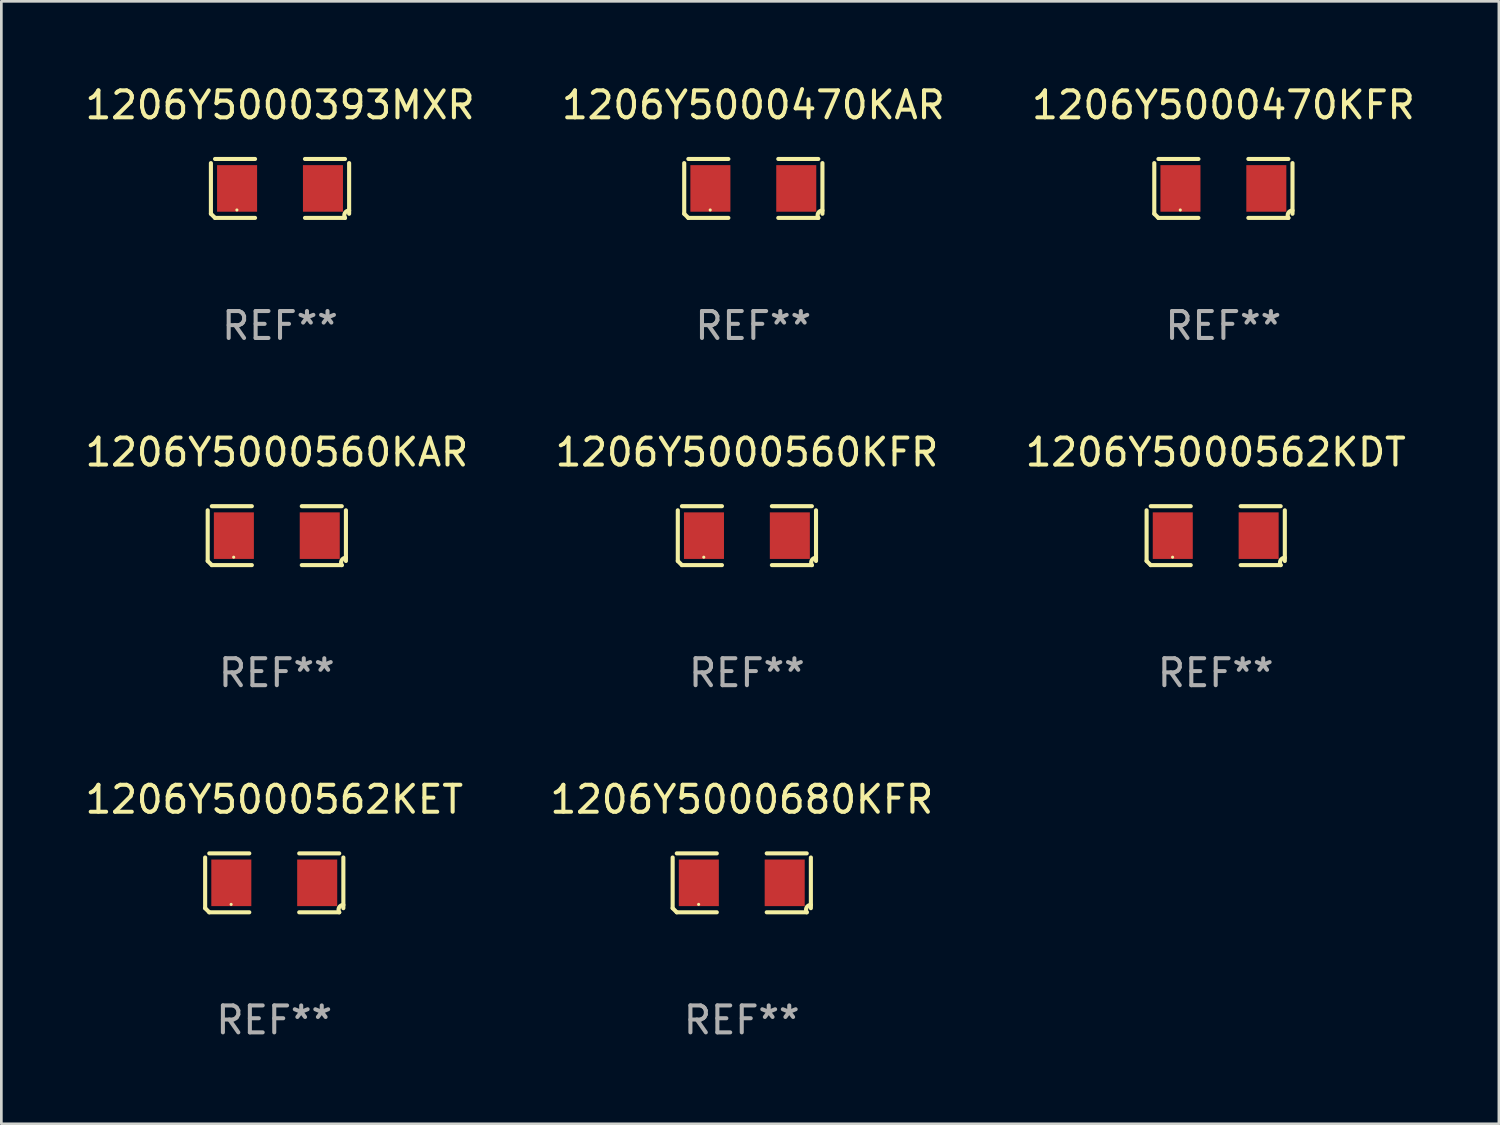
<source format=kicad_pcb>
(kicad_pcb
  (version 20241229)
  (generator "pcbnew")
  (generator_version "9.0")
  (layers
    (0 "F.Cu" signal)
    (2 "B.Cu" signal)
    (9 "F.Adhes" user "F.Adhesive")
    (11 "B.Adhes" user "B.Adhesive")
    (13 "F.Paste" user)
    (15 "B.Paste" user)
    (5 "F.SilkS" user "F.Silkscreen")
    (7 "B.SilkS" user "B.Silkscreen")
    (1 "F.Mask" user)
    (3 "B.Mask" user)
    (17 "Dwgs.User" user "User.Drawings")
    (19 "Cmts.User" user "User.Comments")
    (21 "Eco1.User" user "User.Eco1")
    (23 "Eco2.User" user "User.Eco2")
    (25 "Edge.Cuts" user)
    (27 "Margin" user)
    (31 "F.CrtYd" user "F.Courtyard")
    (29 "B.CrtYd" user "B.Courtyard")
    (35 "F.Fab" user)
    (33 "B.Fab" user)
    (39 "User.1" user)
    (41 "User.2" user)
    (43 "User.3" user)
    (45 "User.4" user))
  (footprint "1206Y5000560KFR"
    (layer "F.Cu")
    (at 24.661 16.823)
    (property "Reference" "1206Y5000560KFR" (at 0 -3.093 0) (layer "F.SilkS") (effects (font (size 1 1) (thickness 0.15))))
    (attr through_hole)
    (fp_line (start -2.564 0.94) (end -2.564 -0.94) (stroke (width 0.152) (type solid)) (layer "F.SilkS"))
    (fp_line (start -2.411 -1.093) (end -0.926 -1.093) (stroke (width 0.152) (type solid)) (layer "F.SilkS"))
    (fp_line (start -0.926 1.093) (end -2.411 1.093) (stroke (width 0.152) (type solid)) (layer "F.SilkS"))
    (fp_line (start 0.926 1.093) (end 2.411 1.093) (stroke (width 0.152) (type solid)) (layer "F.SilkS"))
    (fp_line (start 2.411 -1.093) (end 0.926 -1.093) (stroke (width 0.152) (type solid)) (layer "F.SilkS"))
    (fp_line (start 2.564 0.94) (end 2.564 -0.94) (stroke (width 0.152) (type solid)) (layer "F.SilkS"))
    (fp_arc (start -2.411201 1.092609) (mid -2.487413 1.01642) (end -2.563602 0.940208) (stroke (width 0.1524) (type solid)) (layer "F.SilkS"))
    (fp_arc (start 2.411201 1.092609) (mid 2.407159 0.911226) (end 2.563602 0.819347) (stroke (width 0.1524) (type solid)) (layer "F.SilkS"))
    (fp_circle (center -1.6 0.8) (end -1.57 0.8) (stroke (width 0.06) (type solid)) (fill no) (layer "F.SilkS"))
    (fp_text user "REF**" (at 0 5.093 0) (layer "F.Fab") (effects (font (size 1 1) (thickness 0.15))))
    (pad "1" smd rect (at -1.593 0) (size 1.485 1.728) (layers "F.Cu" "F.Mask" "F.Paste"))
    (pad "2" smd rect (at 1.593 0) (size 1.485 1.728) (layers "F.Cu" "F.Mask" "F.Paste")))
  (footprint "1206Y5000470KFR"
    (layer "F.Cu")
    (at 42.339 3.941)
    (property "Reference" "1206Y5000470KFR" (at 0 -3.093 0) (layer "F.SilkS") (effects (font (size 1 1) (thickness 0.15))))
    (attr through_hole)
    (fp_line (start -2.564 0.94) (end -2.564 -0.94) (stroke (width 0.152) (type solid)) (layer "F.SilkS"))
    (fp_line (start -2.411 -1.093) (end -0.926 -1.093) (stroke (width 0.152) (type solid)) (layer "F.SilkS"))
    (fp_line (start -0.926 1.093) (end -2.411 1.093) (stroke (width 0.152) (type solid)) (layer "F.SilkS"))
    (fp_line (start 0.926 1.093) (end 2.411 1.093) (stroke (width 0.152) (type solid)) (layer "F.SilkS"))
    (fp_line (start 2.411 -1.093) (end 0.926 -1.093) (stroke (width 0.152) (type solid)) (layer "F.SilkS"))
    (fp_line (start 2.564 0.94) (end 2.564 -0.94) (stroke (width 0.152) (type solid)) (layer "F.SilkS"))
    (fp_arc (start -2.411201 1.092609) (mid -2.487413 1.01642) (end -2.563602 0.940208) (stroke (width 0.1524) (type solid)) (layer "F.SilkS"))
    (fp_arc (start 2.411201 1.092609) (mid 2.407159 0.911226) (end 2.563602 0.819347) (stroke (width 0.1524) (type solid)) (layer "F.SilkS"))
    (fp_circle (center -1.6 0.8) (end -1.57 0.8) (stroke (width 0.06) (type solid)) (fill no) (layer "F.SilkS"))
    (fp_text user "REF**" (at 0 5.093 0) (layer "F.Fab") (effects (font (size 1 1) (thickness 0.15))))
    (pad "1" smd rect (at -1.593 0) (size 1.485 1.728) (layers "F.Cu" "F.Mask" "F.Paste"))
    (pad "2" smd rect (at 1.593 0) (size 1.485 1.728) (layers "F.Cu" "F.Mask" "F.Paste")))
  (footprint "1206Y5000562KDT"
    (layer "F.Cu")
    (at 42.054 16.823)
    (property "Reference" "1206Y5000562KDT" (at 0 -3.093 0) (layer "F.SilkS") (effects (font (size 1 1) (thickness 0.15))))
    (attr through_hole)
    (fp_line (start -2.564 0.94) (end -2.564 -0.94) (stroke (width 0.152) (type solid)) (layer "F.SilkS"))
    (fp_line (start -2.411 -1.093) (end -0.926 -1.093) (stroke (width 0.152) (type solid)) (layer "F.SilkS"))
    (fp_line (start -0.926 1.093) (end -2.411 1.093) (stroke (width 0.152) (type solid)) (layer "F.SilkS"))
    (fp_line (start 0.926 1.093) (end 2.411 1.093) (stroke (width 0.152) (type solid)) (layer "F.SilkS"))
    (fp_line (start 2.411 -1.093) (end 0.926 -1.093) (stroke (width 0.152) (type solid)) (layer "F.SilkS"))
    (fp_line (start 2.564 0.94) (end 2.564 -0.94) (stroke (width 0.152) (type solid)) (layer "F.SilkS"))
    (fp_arc (start -2.411201 1.092609) (mid -2.487413 1.01642) (end -2.563602 0.940208) (stroke (width 0.1524) (type solid)) (layer "F.SilkS"))
    (fp_arc (start 2.411201 1.092609) (mid 2.407159 0.911226) (end 2.563602 0.819347) (stroke (width 0.1524) (type solid)) (layer "F.SilkS"))
    (fp_circle (center -1.6 0.8) (end -1.57 0.8) (stroke (width 0.06) (type solid)) (fill no) (layer "F.SilkS"))
    (fp_text user "REF**" (at 0 5.093 0) (layer "F.Fab") (effects (font (size 1 1) (thickness 0.15))))
    (pad "1" smd rect (at -1.593 0) (size 1.485 1.728) (layers "F.Cu" "F.Mask" "F.Paste"))
    (pad "2" smd rect (at 1.593 0) (size 1.485 1.728) (layers "F.Cu" "F.Mask" "F.Paste")))
  (footprint "1206Y5000560KAR"
    (layer "F.Cu")
    (at 7.22 16.823)
    (property "Reference" "1206Y5000560KAR" (at 0 -3.093 0) (layer "F.SilkS") (effects (font (size 1 1) (thickness 0.15))))
    (attr through_hole)
    (fp_line (start -2.564 0.94) (end -2.564 -0.94) (stroke (width 0.152) (type solid)) (layer "F.SilkS"))
    (fp_line (start -2.411 -1.093) (end -0.926 -1.093) (stroke (width 0.152) (type solid)) (layer "F.SilkS"))
    (fp_line (start -0.926 1.093) (end -2.411 1.093) (stroke (width 0.152) (type solid)) (layer "F.SilkS"))
    (fp_line (start 0.926 1.093) (end 2.411 1.093) (stroke (width 0.152) (type solid)) (layer "F.SilkS"))
    (fp_line (start 2.411 -1.093) (end 0.926 -1.093) (stroke (width 0.152) (type solid)) (layer "F.SilkS"))
    (fp_line (start 2.564 0.94) (end 2.564 -0.94) (stroke (width 0.152) (type solid)) (layer "F.SilkS"))
    (fp_arc (start -2.411201 1.092609) (mid -2.487413 1.01642) (end -2.563602 0.940208) (stroke (width 0.1524) (type solid)) (layer "F.SilkS"))
    (fp_arc (start 2.411201 1.092609) (mid 2.407159 0.911226) (end 2.563602 0.819347) (stroke (width 0.1524) (type solid)) (layer "F.SilkS"))
    (fp_circle (center -1.6 0.8) (end -1.57 0.8) (stroke (width 0.06) (type solid)) (fill no) (layer "F.SilkS"))
    (fp_text user "REF**" (at 0 5.093 0) (layer "F.Fab") (effects (font (size 1 1) (thickness 0.15))))
    (pad "1" smd rect (at -1.593 0) (size 1.485 1.728) (layers "F.Cu" "F.Mask" "F.Paste"))
    (pad "2" smd rect (at 1.593 0) (size 1.485 1.728) (layers "F.Cu" "F.Mask" "F.Paste")))
  (footprint "1206Y5000680KFR"
    (layer "F.Cu")
    (at 24.47 29.704)
    (property "Reference" "1206Y5000680KFR" (at 0 -3.093 0) (layer "F.SilkS") (effects (font (size 1 1) (thickness 0.15))))
    (attr through_hole)
    (fp_line (start -2.564 0.94) (end -2.564 -0.94) (stroke (width 0.152) (type solid)) (layer "F.SilkS"))
    (fp_line (start -2.411 -1.093) (end -0.926 -1.093) (stroke (width 0.152) (type solid)) (layer "F.SilkS"))
    (fp_line (start -0.926 1.093) (end -2.411 1.093) (stroke (width 0.152) (type solid)) (layer "F.SilkS"))
    (fp_line (start 0.926 1.093) (end 2.411 1.093) (stroke (width 0.152) (type solid)) (layer "F.SilkS"))
    (fp_line (start 2.411 -1.093) (end 0.926 -1.093) (stroke (width 0.152) (type solid)) (layer "F.SilkS"))
    (fp_line (start 2.564 0.94) (end 2.564 -0.94) (stroke (width 0.152) (type solid)) (layer "F.SilkS"))
    (fp_arc (start -2.411201 1.092609) (mid -2.487413 1.01642) (end -2.563602 0.940208) (stroke (width 0.1524) (type solid)) (layer "F.SilkS"))
    (fp_arc (start 2.411201 1.092609) (mid 2.407159 0.911226) (end 2.563602 0.819347) (stroke (width 0.1524) (type solid)) (layer "F.SilkS"))
    (fp_circle (center -1.6 0.8) (end -1.57 0.8) (stroke (width 0.06) (type solid)) (fill no) (layer "F.SilkS"))
    (fp_text user "REF**" (at 0 5.093 0) (layer "F.Fab") (effects (font (size 1 1) (thickness 0.15))))
    (pad "1" smd rect (at -1.593 0) (size 1.485 1.728) (layers "F.Cu" "F.Mask" "F.Paste"))
    (pad "2" smd rect (at 1.593 0) (size 1.485 1.728) (layers "F.Cu" "F.Mask" "F.Paste")))
  (footprint "1206Y5000470KAR"
    (layer "F.Cu")
    (at 24.899 3.941)
    (property "Reference" "1206Y5000470KAR" (at 0 -3.093 0) (layer "F.SilkS") (effects (font (size 1 1) (thickness 0.15))))
    (attr through_hole)
    (fp_line (start -2.564 0.94) (end -2.564 -0.94) (stroke (width 0.152) (type solid)) (layer "F.SilkS"))
    (fp_line (start -2.411 -1.093) (end -0.926 -1.093) (stroke (width 0.152) (type solid)) (layer "F.SilkS"))
    (fp_line (start -0.926 1.093) (end -2.411 1.093) (stroke (width 0.152) (type solid)) (layer "F.SilkS"))
    (fp_line (start 0.926 1.093) (end 2.411 1.093) (stroke (width 0.152) (type solid)) (layer "F.SilkS"))
    (fp_line (start 2.411 -1.093) (end 0.926 -1.093) (stroke (width 0.152) (type solid)) (layer "F.SilkS"))
    (fp_line (start 2.564 0.94) (end 2.564 -0.94) (stroke (width 0.152) (type solid)) (layer "F.SilkS"))
    (fp_arc (start -2.411201 1.092609) (mid -2.487413 1.01642) (end -2.563602 0.940208) (stroke (width 0.1524) (type solid)) (layer "F.SilkS"))
    (fp_arc (start 2.411201 1.092609) (mid 2.407159 0.911226) (end 2.563602 0.819347) (stroke (width 0.1524) (type solid)) (layer "F.SilkS"))
    (fp_circle (center -1.6 0.8) (end -1.57 0.8) (stroke (width 0.06) (type solid)) (fill no) (layer "F.SilkS"))
    (fp_text user "REF**" (at 0 5.093 0) (layer "F.Fab") (effects (font (size 1 1) (thickness 0.15))))
    (pad "1" smd rect (at -1.593 0) (size 1.485 1.728) (layers "F.Cu" "F.Mask" "F.Paste"))
    (pad "2" smd rect (at 1.593 0) (size 1.485 1.728) (layers "F.Cu" "F.Mask" "F.Paste")))
  (footprint "1206Y5000393MXR"
    (layer "F.Cu")
    (at 7.339 3.941)
    (property "Reference" "1206Y5000393MXR" (at 0 -3.093 0) (layer "F.SilkS") (effects (font (size 1 1) (thickness 0.15))))
    (attr through_hole)
    (fp_line (start -2.564 0.94) (end -2.564 -0.94) (stroke (width 0.152) (type solid)) (layer "F.SilkS"))
    (fp_line (start -2.411 -1.093) (end -0.926 -1.093) (stroke (width 0.152) (type solid)) (layer "F.SilkS"))
    (fp_line (start -0.926 1.093) (end -2.411 1.093) (stroke (width 0.152) (type solid)) (layer "F.SilkS"))
    (fp_line (start 0.926 1.093) (end 2.411 1.093) (stroke (width 0.152) (type solid)) (layer "F.SilkS"))
    (fp_line (start 2.411 -1.093) (end 0.926 -1.093) (stroke (width 0.152) (type solid)) (layer "F.SilkS"))
    (fp_line (start 2.564 0.94) (end 2.564 -0.94) (stroke (width 0.152) (type solid)) (layer "F.SilkS"))
    (fp_arc (start -2.411201 1.092609) (mid -2.487413 1.01642) (end -2.563602 0.940208) (stroke (width 0.1524) (type solid)) (layer "F.SilkS"))
    (fp_arc (start 2.411201 1.092609) (mid 2.407159 0.911226) (end 2.563602 0.819347) (stroke (width 0.1524) (type solid)) (layer "F.SilkS"))
    (fp_circle (center -1.6 0.8) (end -1.57 0.8) (stroke (width 0.06) (type solid)) (fill no) (layer "F.SilkS"))
    (fp_text user "REF**" (at 0 5.093 0) (layer "F.Fab") (effects (font (size 1 1) (thickness 0.15))))
    (pad "1" smd rect (at -1.593 0) (size 1.485 1.728) (layers "F.Cu" "F.Mask" "F.Paste"))
    (pad "2" smd rect (at 1.593 0) (size 1.485 1.728) (layers "F.Cu" "F.Mask" "F.Paste")))
  (footprint "1206Y5000562KET"
    (layer "F.Cu")
    (at 7.125 29.704)
    (property "Reference" "1206Y5000562KET" (at 0 -3.093 0) (layer "F.SilkS") (effects (font (size 1 1) (thickness 0.15))))
    (attr through_hole)
    (fp_line (start -2.564 0.94) (end -2.564 -0.94) (stroke (width 0.152) (type solid)) (layer "F.SilkS"))
    (fp_line (start -2.411 -1.093) (end -0.926 -1.093) (stroke (width 0.152) (type solid)) (layer "F.SilkS"))
    (fp_line (start -0.926 1.093) (end -2.411 1.093) (stroke (width 0.152) (type solid)) (layer "F.SilkS"))
    (fp_line (start 0.926 1.093) (end 2.411 1.093) (stroke (width 0.152) (type solid)) (layer "F.SilkS"))
    (fp_line (start 2.411 -1.093) (end 0.926 -1.093) (stroke (width 0.152) (type solid)) (layer "F.SilkS"))
    (fp_line (start 2.564 0.94) (end 2.564 -0.94) (stroke (width 0.152) (type solid)) (layer "F.SilkS"))
    (fp_arc (start -2.411201 1.092609) (mid -2.487413 1.01642) (end -2.563602 0.940208) (stroke (width 0.1524) (type solid)) (layer "F.SilkS"))
    (fp_arc (start 2.411201 1.092609) (mid 2.407159 0.911226) (end 2.563602 0.819347) (stroke (width 0.1524) (type solid)) (layer "F.SilkS"))
    (fp_circle (center -1.6 0.8) (end -1.57 0.8) (stroke (width 0.06) (type solid)) (fill no) (layer "F.SilkS"))
    (fp_text user "REF**" (at 0 5.093 0) (layer "F.Fab") (effects (font (size 1 1) (thickness 0.15))))
    (pad "1" smd rect (at -1.593 0) (size 1.485 1.728) (layers "F.Cu" "F.Mask" "F.Paste"))
    (pad "2" smd rect (at 1.593 0) (size 1.485 1.728) (layers "F.Cu" "F.Mask" "F.Paste")))
  (gr_rect
    (start -3 -3)
    (end 52.56 38.645)
    (stroke (width 0.1) (type default))
    (fill no)
    (layer "Edge.Cuts")))
</source>
